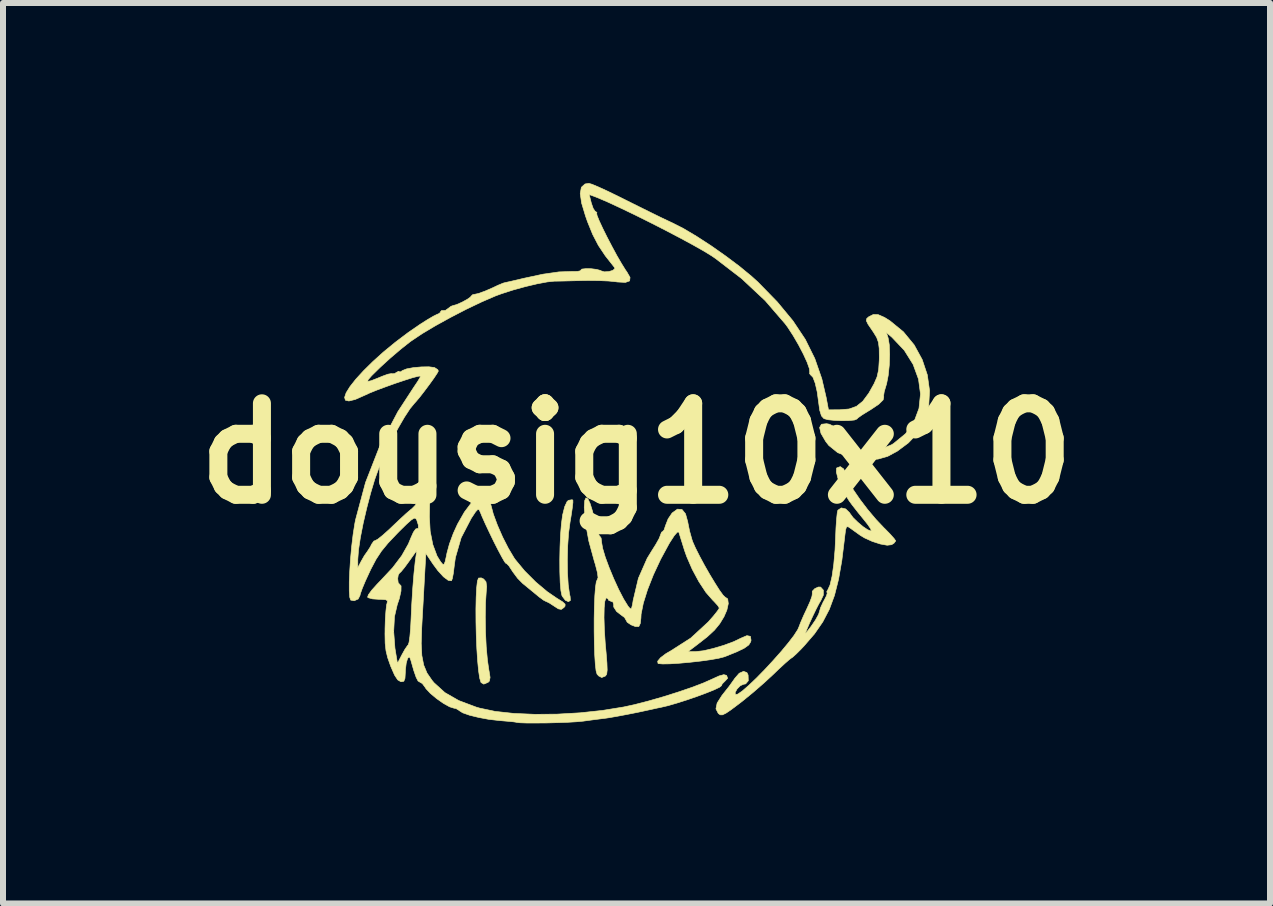
<source format=kicad_pcb>
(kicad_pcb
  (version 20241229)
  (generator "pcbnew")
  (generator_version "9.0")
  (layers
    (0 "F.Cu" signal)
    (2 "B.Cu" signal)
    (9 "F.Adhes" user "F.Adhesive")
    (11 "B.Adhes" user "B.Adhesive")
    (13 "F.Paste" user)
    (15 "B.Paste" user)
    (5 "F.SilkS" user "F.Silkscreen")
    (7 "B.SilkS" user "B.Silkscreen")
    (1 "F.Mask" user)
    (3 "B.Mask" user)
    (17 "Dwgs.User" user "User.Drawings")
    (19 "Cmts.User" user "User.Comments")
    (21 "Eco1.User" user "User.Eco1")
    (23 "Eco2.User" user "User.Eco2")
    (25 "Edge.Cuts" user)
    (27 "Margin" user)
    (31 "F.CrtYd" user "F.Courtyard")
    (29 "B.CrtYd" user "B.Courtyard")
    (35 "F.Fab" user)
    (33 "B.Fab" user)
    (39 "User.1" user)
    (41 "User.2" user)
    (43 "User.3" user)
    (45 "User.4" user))
  (footprint "dousig10x10"
    (layer "F.Cu")
    (at 7.555 4.504)
    (property "Reference" "dousig10x10" (at 0 0 0) (layer "F.SilkS") (effects (font (size 1.524 1.524) (thickness 0.3))))
    (attr through_hole)
    (fp_poly (pts (xy -2.547 2.093) (xy -2.508 2.139) (xy -2.497 2.22) (xy -2.503 2.291) (xy -2.516 2.489) (xy -2.52 2.725) (xy -2.516 2.978) (xy -2.504 3.226) (xy -2.484 3.446) (xy -2.459 3.617) (xy -2.457 3.624) (xy -2.44 3.732) (xy -2.451 3.792) (xy -2.473 3.814) (xy -2.545 3.844) (xy -2.59 3.818) (xy -2.592 3.814) (xy -2.613 3.745) (xy -2.632 3.619) (xy -2.648 3.449) (xy -2.661 3.249) (xy -2.67 3.031) (xy -2.675 2.808) (xy -2.676 2.594) (xy -2.672 2.4) (xy -2.664 2.241) (xy -2.651 2.128) (xy -2.633 2.077) (xy -2.587 2.074) (xy -2.547 2.093)) (stroke (width 0.01) (type solid)) (fill yes) (layer "F.SilkS"))
    (fp_poly (pts (xy -1.061 0.777) (xy -1.06 0.818) (xy -1.071 0.913) (xy -1.091 1.047) (xy -1.107 1.142) (xy -1.132 1.326) (xy -1.147 1.542) (xy -1.153 1.77) (xy -1.15 1.992) (xy -1.138 2.189) (xy -1.117 2.34) (xy -1.106 2.386) (xy -1.102 2.45) (xy -1.135 2.47) (xy -1.186 2.447) (xy -1.235 2.383) (xy -1.243 2.368) (xy -1.26 2.287) (xy -1.272 2.15) (xy -1.278 1.972) (xy -1.279 1.77) (xy -1.275 1.559) (xy -1.266 1.354) (xy -1.251 1.172) (xy -1.232 1.029) (xy -1.232 1.028) (xy -1.197 0.888) (xy -1.157 0.802) (xy -1.134 0.782) (xy -1.077 0.772) (xy -1.061 0.777)) (stroke (width 0.01) (type solid)) (fill yes) (layer "F.SilkS"))
    (fp_poly (pts (xy 3.451 0.259) (xy 3.492 0.35) (xy 3.498 0.375) (xy 3.535 0.472) (xy 3.613 0.607) (xy 3.721 0.765) (xy 3.849 0.933) (xy 3.987 1.097) (xy 4.125 1.243) (xy 4.133 1.25) (xy 4.224 1.343) (xy 4.29 1.417) (xy 4.318 1.457) (xy 4.318 1.458) (xy 4.29 1.495) (xy 4.25 1.521) (xy 4.176 1.53) (xy 4.06 1.509) (xy 3.927 1.466) (xy 3.799 1.408) (xy 3.725 1.363) (xy 3.63 1.295) (xy 3.568 1.25) (xy 3.524 1.221) (xy 3.498 1.225) (xy 3.483 1.275) (xy 3.469 1.382) (xy 3.467 1.404) (xy 3.421 1.781) (xy 3.366 2.097) (xy 3.298 2.366) (xy 3.212 2.598) (xy 3.103 2.807) (xy 2.966 3.005) (xy 2.796 3.202) (xy 2.745 3.257) (xy 2.663 3.339) (xy 2.601 3.395) (xy 2.577 3.411) (xy 2.545 3.435) (xy 2.472 3.499) (xy 2.371 3.592) (xy 2.283 3.677) (xy 2.125 3.823) (xy 1.942 3.982) (xy 1.767 4.125) (xy 1.714 4.166) (xy 1.58 4.267) (xy 1.49 4.328) (xy 1.432 4.356) (xy 1.394 4.355) (xy 1.363 4.333) (xy 1.362 4.332) (xy 1.323 4.256) (xy 1.343 4.159) (xy 1.423 4.033) (xy 1.456 3.991) (xy 1.543 3.881) (xy 1.623 3.769) (xy 1.638 3.747) (xy 1.711 3.663) (xy 1.783 3.631) (xy 1.839 3.652) (xy 1.859 3.692) (xy 1.862 3.788) (xy 1.818 3.84) (xy 1.784 3.846) (xy 1.729 3.87) (xy 1.675 3.925) (xy 1.643 3.984) (xy 1.647 4.018) (xy 1.688 4.01) (xy 1.765 3.956) (xy 1.872 3.863) (xy 1.998 3.743) (xy 2.135 3.603) (xy 2.275 3.452) (xy 2.409 3.301) (xy 2.527 3.159) (xy 2.623 3.034) (xy 2.686 2.936) (xy 2.705 2.893) (xy 2.733 2.82) (xy 2.782 2.706) (xy 2.839 2.585) (xy 2.891 2.469) (xy 2.923 2.38) (xy 2.929 2.336) (xy 2.928 2.335) (xy 2.928 2.297) (xy 2.97 2.253) (xy 3.029 2.226) (xy 3.067 2.227) (xy 3.113 2.278) (xy 3.112 2.362) (xy 3.071 2.45) (xy 3.037 2.508) (xy 2.99 2.599) (xy 2.938 2.707) (xy 2.887 2.817) (xy 2.846 2.912) (xy 2.82 2.977) (xy 2.818 2.997) (xy 2.821 2.994) (xy 2.908 2.883) (xy 2.983 2.773) (xy 3.033 2.682) (xy 3.048 2.635) (xy 3.066 2.571) (xy 3.109 2.478) (xy 3.124 2.451) (xy 3.165 2.372) (xy 3.178 2.327) (xy 3.174 2.322) (xy 3.17 2.3) (xy 3.185 2.277) (xy 3.224 2.192) (xy 3.258 2.046) (xy 3.286 1.848) (xy 3.307 1.609) (xy 3.316 1.41) (xy 3.323 1.24) (xy 3.333 1.095) (xy 3.344 0.992) (xy 3.354 0.947) (xy 3.412 0.908) (xy 3.485 0.925) (xy 3.551 0.99) (xy 3.559 1.004) (xy 3.608 1.07) (xy 3.686 1.146) (xy 3.772 1.219) (xy 3.851 1.272) (xy 3.903 1.292) (xy 3.912 1.289) (xy 3.9 1.255) (xy 3.851 1.183) (xy 3.788 1.104) (xy 3.688 0.981) (xy 3.589 0.854) (xy 3.543 0.791) (xy 3.469 0.672) (xy 3.404 0.541) (xy 3.355 0.414) (xy 3.329 0.31) (xy 3.332 0.247) (xy 3.336 0.242) (xy 3.395 0.22) (xy 3.451 0.259)) (stroke (width 0.01) (type solid)) (fill yes) (layer "F.SilkS"))
    (fp_poly (pts (xy -0.81 0.758) (xy -0.773 0.836) (xy -0.732 0.968) (xy -0.708 1.072) (xy -0.676 1.21) (xy -0.645 1.316) (xy -0.62 1.373) (xy -0.612 1.379) (xy -0.59 1.41) (xy -0.581 1.486) (xy -0.581 1.487) (xy -0.564 1.584) (xy -0.521 1.728) (xy -0.457 1.901) (xy -0.38 2.087) (xy -0.297 2.268) (xy -0.215 2.426) (xy -0.141 2.546) (xy -0.134 2.555) (xy -0.103 2.59) (xy -0.083 2.581) (xy -0.067 2.517) (xy -0.056 2.448) (xy 0.031 2.081) (xy 0.177 1.749) (xy 0.249 1.631) (xy 0.322 1.515) (xy 0.376 1.419) (xy 0.399 1.36) (xy 0.399 1.357) (xy 0.418 1.311) (xy 0.431 1.306) (xy 0.459 1.275) (xy 0.484 1.199) (xy 0.485 1.197) (xy 0.526 1.092) (xy 0.593 0.993) (xy 0.681 0.929) (xy 0.757 0.934) (xy 0.816 1.006) (xy 0.854 1.143) (xy 0.855 1.152) (xy 0.884 1.295) (xy 0.924 1.437) (xy 0.935 1.47) (xy 0.981 1.574) (xy 1.049 1.709) (xy 1.13 1.86) (xy 1.218 2.014) (xy 1.305 2.158) (xy 1.381 2.278) (xy 1.441 2.361) (xy 1.475 2.394) (xy 1.476 2.394) (xy 1.519 2.424) (xy 1.529 2.502) (xy 1.505 2.611) (xy 1.457 2.721) (xy 1.385 2.839) (xy 1.298 2.945) (xy 1.179 3.055) (xy 1.014 3.184) (xy 0.858 3.302) (xy 0.987 3.302) (xy 1.113 3.288) (xy 1.277 3.25) (xy 1.455 3.197) (xy 1.62 3.136) (xy 1.738 3.079) (xy 1.839 3.036) (xy 1.897 3.048) (xy 1.908 3.112) (xy 1.902 3.139) (xy 1.87 3.191) (xy 1.795 3.245) (xy 1.669 3.306) (xy 1.483 3.381) (xy 1.458 3.39) (xy 1.369 3.413) (xy 1.234 3.437) (xy 1.068 3.46) (xy 0.89 3.48) (xy 0.713 3.496) (xy 0.556 3.506) (xy 0.435 3.508) (xy 0.365 3.502) (xy 0.358 3.499) (xy 0.352 3.462) (xy 0.4 3.404) (xy 0.49 3.336) (xy 0.573 3.288) (xy 0.903 3.077) (xy 1.194 2.809) (xy 1.283 2.708) (xy 1.348 2.626) (xy 1.378 2.58) (xy 1.379 2.576) (xy 1.354 2.535) (xy 1.293 2.468) (xy 1.268 2.443) (xy 1.156 2.315) (xy 1.039 2.137) (xy 0.928 1.931) (xy 0.836 1.719) (xy 0.799 1.615) (xy 0.758 1.483) (xy 0.724 1.374) (xy 0.704 1.311) (xy 0.703 1.309) (xy 0.679 1.312) (xy 0.628 1.371) (xy 0.559 1.477) (xy 0.541 1.507) (xy 0.402 1.763) (xy 0.281 2.022) (xy 0.183 2.271) (xy 0.113 2.495) (xy 0.076 2.679) (xy 0.073 2.744) (xy 0.063 2.832) (xy 0.039 2.883) (xy 0.037 2.884) (xy -0.018 2.885) (xy -0.092 2.856) (xy -0.155 2.813) (xy -0.175 2.777) (xy -0.2 2.733) (xy -0.239 2.705) (xy -0.331 2.635) (xy -0.38 2.559) (xy -0.381 2.513) (xy -0.395 2.473) (xy -0.418 2.467) (xy -0.466 2.446) (xy -0.472 2.429) (xy -0.494 2.407) (xy -0.508 2.413) (xy -0.528 2.462) (xy -0.539 2.573) (xy -0.542 2.735) (xy -0.536 2.937) (xy -0.521 3.168) (xy -0.507 3.318) (xy -0.493 3.494) (xy -0.489 3.609) (xy -0.497 3.677) (xy -0.517 3.708) (xy -0.517 3.708) (xy -0.58 3.734) (xy -0.63 3.708) (xy -0.658 3.677) (xy -0.674 3.622) (xy -0.687 3.51) (xy -0.697 3.353) (xy -0.703 3.166) (xy -0.706 2.961) (xy -0.706 2.752) (xy -0.702 2.552) (xy -0.695 2.374) (xy -0.684 2.232) (xy -0.67 2.138) (xy -0.656 2.107) (xy -0.641 2.07) (xy -0.651 1.988) (xy -0.686 1.851) (xy -0.704 1.793) (xy -0.795 1.46) (xy -0.851 1.156) (xy -0.871 0.898) (xy -0.871 0.897) (xy -0.863 0.785) (xy -0.842 0.74) (xy -0.81 0.758)) (stroke (width 0.01) (type solid)) (fill yes) (layer "F.SilkS"))
    (fp_poly (pts (xy -0.742 -4.484) (xy -0.637 -4.44) (xy -0.493 -4.374) (xy -0.319 -4.29) (xy -0.175 -4.218) (xy 0.028 -4.117) (xy 0.226 -4.019) (xy 0.403 -3.932) (xy 0.542 -3.866) (xy 0.6 -3.839) (xy 0.783 -3.746) (xy 1.003 -3.615) (xy 1.243 -3.459) (xy 1.486 -3.288) (xy 1.717 -3.115) (xy 1.917 -2.95) (xy 2.022 -2.855) (xy 2.344 -2.525) (xy 2.605 -2.21) (xy 2.812 -1.899) (xy 2.97 -1.58) (xy 3.087 -1.243) (xy 3.159 -0.934) (xy 3.198 -0.726) (xy 3.386 -0.727) (xy 3.541 -0.74) (xy 3.664 -0.784) (xy 3.769 -0.868) (xy 3.87 -1.004) (xy 3.958 -1.161) (xy 4.007 -1.274) (xy 4.034 -1.395) (xy 4.044 -1.551) (xy 4.045 -1.603) (xy 4.043 -1.75) (xy 4.03 -1.851) (xy 4.001 -1.932) (xy 3.947 -2.02) (xy 3.924 -2.054) (xy 3.857 -2.152) (xy 3.829 -2.21) (xy 3.835 -2.246) (xy 3.867 -2.275) (xy 3.944 -2.314) (xy 4.026 -2.312) (xy 4.131 -2.266) (xy 4.221 -2.21) (xy 4.446 -2.026) (xy 4.626 -1.807) (xy 4.759 -1.564) (xy 4.845 -1.307) (xy 4.882 -1.045) (xy 4.868 -0.789) (xy 4.802 -0.549) (xy 4.682 -0.335) (xy 4.529 -0.175) (xy 4.344 -0.037) (xy 4.182 0.05) (xy 4.022 0.095) (xy 3.844 0.103) (xy 3.794 0.1) (xy 3.545 0.063) (xy 3.351 -0.013) (xy 3.203 -0.133) (xy 3.151 -0.2) (xy 3.073 -0.334) (xy 3.05 -0.431) (xy 3.081 -0.486) (xy 3.166 -0.495) (xy 3.211 -0.487) (xy 3.278 -0.455) (xy 3.284 -0.401) (xy 3.284 -0.399) (xy 3.295 -0.33) (xy 3.351 -0.242) (xy 3.437 -0.152) (xy 3.536 -0.082) (xy 3.545 -0.077) (xy 3.695 -0.034) (xy 3.878 -0.033) (xy 4.071 -0.071) (xy 4.249 -0.144) (xy 4.282 -0.164) (xy 4.482 -0.328) (xy 4.623 -0.526) (xy 4.706 -0.75) (xy 4.731 -0.99) (xy 4.698 -1.237) (xy 4.608 -1.483) (xy 4.461 -1.718) (xy 4.256 -1.934) (xy 4.248 -1.941) (xy 4.163 -2.014) (xy 4.192 -1.923) (xy 4.211 -1.809) (xy 4.217 -1.649) (xy 4.211 -1.47) (xy 4.193 -1.298) (xy 4.166 -1.159) (xy 4.157 -1.13) (xy 4.127 -1.03) (xy 4.116 -0.958) (xy 4.119 -0.942) (xy 4.109 -0.892) (xy 4.035 -0.819) (xy 3.898 -0.727) (xy 3.853 -0.7) (xy 3.756 -0.64) (xy 3.689 -0.592) (xy 3.671 -0.573) (xy 3.63 -0.556) (xy 3.539 -0.547) (xy 3.421 -0.545) (xy 3.297 -0.55) (xy 3.191 -0.561) (xy 3.124 -0.579) (xy 3.123 -0.579) (xy 3.081 -0.625) (xy 3.052 -0.719) (xy 3.034 -0.848) (xy 3.01 -1.025) (xy 2.977 -1.169) (xy 2.94 -1.267) (xy 2.903 -1.306) (xy 2.9 -1.306) (xy 2.882 -1.332) (xy 2.886 -1.352) (xy 2.88 -1.412) (xy 2.842 -1.519) (xy 2.779 -1.656) (xy 2.699 -1.809) (xy 2.61 -1.962) (xy 2.519 -2.102) (xy 2.477 -2.159) (xy 2.143 -2.546) (xy 1.752 -2.912) (xy 1.319 -3.245) (xy 1.252 -3.291) (xy 1.125 -3.369) (xy 0.945 -3.471) (xy 0.727 -3.589) (xy 0.483 -3.717) (xy 0.228 -3.847) (xy -0.025 -3.973) (xy -0.263 -4.087) (xy -0.471 -4.184) (xy -0.636 -4.255) (xy -0.694 -4.278) (xy -0.789 -4.313) (xy -0.753 -4.17) (xy -0.722 -4.081) (xy -0.688 -4.031) (xy -0.679 -4.028) (xy -0.659 -4.012) (xy -0.665 -4.004) (xy -0.658 -3.965) (xy -0.622 -3.876) (xy -0.564 -3.751) (xy -0.491 -3.604) (xy -0.409 -3.447) (xy -0.327 -3.295) (xy -0.249 -3.161) (xy -0.185 -3.058) (xy -0.161 -3.024) (xy -0.108 -2.932) (xy -0.115 -2.874) (xy -0.185 -2.849) (xy -0.32 -2.856) (xy -0.347 -2.86) (xy -0.464 -2.872) (xy -0.626 -2.879) (xy -0.806 -2.881) (xy -0.889 -2.88) (xy -1.058 -2.876) (xy -1.211 -2.872) (xy -1.326 -2.87) (xy -1.365 -2.87) (xy -1.488 -2.857) (xy -1.659 -2.825) (xy -1.856 -2.778) (xy -2.059 -2.722) (xy -2.248 -2.661) (xy -2.347 -2.625) (xy -2.578 -2.525) (xy -2.834 -2.403) (xy -3.097 -2.267) (xy -3.349 -2.128) (xy -3.572 -1.995) (xy -3.748 -1.877) (xy -3.771 -1.861) (xy -3.93 -1.735) (xy -4.106 -1.585) (xy -4.267 -1.438) (xy -4.298 -1.408) (xy -4.414 -1.294) (xy -4.474 -1.225) (xy -4.477 -1.199) (xy -4.421 -1.211) (xy -4.304 -1.257) (xy -4.232 -1.287) (xy -4.142 -1.32) (xy -4.082 -1.33) (xy -4.072 -1.327) (xy -4.032 -1.329) (xy -4.004 -1.347) (xy -3.963 -1.369) (xy -3.955 -1.361) (xy -3.933 -1.358) (xy -3.899 -1.381) (xy -3.831 -1.408) (xy -3.718 -1.429) (xy -3.585 -1.441) (xy -3.46 -1.443) (xy -3.368 -1.431) (xy -3.365 -1.43) (xy -3.312 -1.396) (xy -3.302 -1.372) (xy -3.323 -1.333) (xy -3.376 -1.253) (xy -3.451 -1.149) (xy -3.534 -1.038) (xy -3.613 -0.936) (xy -3.677 -0.86) (xy -3.7 -0.835) (xy -3.774 -0.745) (xy -3.867 -0.603) (xy -3.972 -0.422) (xy -4.081 -0.216) (xy -4.186 0.000478) (xy -4.28 0.213) (xy -4.294 0.247) (xy -4.362 0.434) (xy -4.43 0.661) (xy -4.495 0.91) (xy -4.554 1.163) (xy -4.601 1.402) (xy -4.632 1.609) (xy -4.644 1.766) (xy -4.644 1.773) (xy -4.644 1.905) (xy -4.587 1.796) (xy -4.534 1.703) (xy -4.484 1.633) (xy -4.432 1.552) (xy -4.415 1.515) (xy -4.377 1.461) (xy -4.351 1.451) (xy -4.309 1.428) (xy -4.229 1.364) (xy -4.125 1.271) (xy -4.063 1.212) (xy -3.946 1.101) (xy -3.841 1.004) (xy -3.763 0.937) (xy -3.741 0.92) (xy -3.683 0.861) (xy -3.665 0.816) (xy -3.634 0.778) (xy -3.555 0.773) (xy -3.446 0.78) (xy -3.451 1.057) (xy -3.438 1.296) (xy -3.394 1.52) (xy -3.324 1.708) (xy -3.265 1.804) (xy -3.231 1.845) (xy -3.208 1.849) (xy -3.189 1.805) (xy -3.167 1.705) (xy -3.158 1.659) (xy -3.117 1.508) (xy -3.053 1.334) (xy -2.983 1.18) (xy -2.868 0.978) (xy -2.756 0.829) (xy -2.652 0.734) (xy -2.562 0.697) (xy -2.489 0.719) (xy -2.439 0.805) (xy -2.425 0.864) (xy -2.386 1.011) (xy -2.318 1.195) (xy -2.231 1.394) (xy -2.135 1.582) (xy -2.042 1.738) (xy -2.019 1.771) (xy -1.864 1.958) (xy -1.679 2.143) (xy -1.486 2.305) (xy -1.331 2.411) (xy -1.233 2.472) (xy -1.19 2.512) (xy -1.191 2.545) (xy -1.21 2.568) (xy -1.253 2.599) (xy -1.302 2.59) (xy -1.372 2.545) (xy -1.45 2.494) (xy -1.502 2.468) (xy -1.507 2.467) (xy -1.548 2.446) (xy -1.622 2.392) (xy -1.664 2.357) (xy -1.77 2.27) (xy -1.872 2.186) (xy -1.896 2.167) (xy -1.981 2.081) (xy -2.062 1.972) (xy -2.075 1.952) (xy -2.127 1.873) (xy -2.167 1.833) (xy -2.176 1.832) (xy -2.198 1.806) (xy -2.243 1.728) (xy -2.305 1.612) (xy -2.376 1.473) (xy -2.449 1.322) (xy -2.518 1.176) (xy -2.575 1.048) (xy -2.601 0.984) (xy -2.622 0.939) (xy -2.644 0.933) (xy -2.681 0.972) (xy -2.742 1.064) (xy -2.754 1.082) (xy -2.922 1.405) (xy -3.018 1.737) (xy -3.037 1.875) (xy -3.052 1.997) (xy -3.069 2.087) (xy -3.084 2.122) (xy -3.137 2.115) (xy -3.216 2.056) (xy -3.309 1.954) (xy -3.389 1.846) (xy -3.51 1.666) (xy -3.533 2.076) (xy -3.545 2.297) (xy -3.559 2.551) (xy -3.573 2.797) (xy -3.579 2.911) (xy -3.587 3.167) (xy -3.577 3.367) (xy -3.546 3.526) (xy -3.491 3.659) (xy -3.407 3.781) (xy -3.374 3.821) (xy -3.193 3.985) (xy -2.961 4.118) (xy -2.671 4.227) (xy -2.612 4.244) (xy -2.356 4.298) (xy -2.046 4.332) (xy -1.696 4.347) (xy -1.323 4.344) (xy -0.941 4.322) (xy -0.567 4.282) (xy -0.215 4.225) (xy -0.036 4.186) (xy 0.197 4.126) (xy 0.447 4.054) (xy 0.694 3.976) (xy 0.923 3.898) (xy 1.114 3.825) (xy 1.247 3.766) (xy 1.374 3.708) (xy 1.454 3.686) (xy 1.499 3.698) (xy 1.501 3.701) (xy 1.518 3.746) (xy 1.479 3.789) (xy 1.427 3.841) (xy 1.415 3.87) (xy 1.383 3.896) (xy 1.295 3.938) (xy 1.166 3.99) (xy 1.01 4.048) (xy 0.842 4.106) (xy 0.675 4.159) (xy 0.524 4.203) (xy 0.404 4.231) (xy 0.34 4.244) (xy 0.237 4.267) (xy 0.186 4.278) (xy 0.029 4.312) (xy -0.147 4.347) (xy -0.317 4.379) (xy -0.455 4.403) (xy -0.508 4.411) (xy -0.587 4.421) (xy -0.713 4.437) (xy -0.861 4.457) (xy -0.889 4.461) (xy -0.998 4.471) (xy -1.147 4.48) (xy -1.32 4.486) (xy -1.501 4.491) (xy -1.675 4.492) (xy -1.827 4.492) (xy -1.941 4.488) (xy -2.001 4.481) (xy -2.006 4.479) (xy -2.043 4.473) (xy -2.134 4.464) (xy -2.261 4.453) (xy -2.286 4.451) (xy -2.46 4.431) (xy -2.631 4.399) (xy -2.782 4.362) (xy -2.896 4.322) (xy -2.956 4.284) (xy -2.958 4.281) (xy -3.009 4.25) (xy -3.041 4.245) (xy -3.114 4.222) (xy -3.218 4.164) (xy -3.332 4.084) (xy -3.435 3.998) (xy -3.507 3.921) (xy -3.52 3.9) (xy -3.569 3.834) (xy -3.611 3.81) (xy -3.64 3.792) (xy -3.672 3.73) (xy -3.712 3.615) (xy -3.759 3.45) (xy -3.78 3.393) (xy -3.802 3.4) (xy -3.816 3.422) (xy -3.837 3.494) (xy -3.85 3.603) (xy -3.852 3.648) (xy -3.858 3.749) (xy -3.877 3.796) (xy -3.916 3.804) (xy -3.928 3.803) (xy -3.979 3.773) (xy -4.031 3.694) (xy -4.092 3.555) (xy -4.099 3.537) (xy -4.146 3.404) (xy -4.174 3.288) (xy -4.188 3.163) (xy -4.191 3.002) (xy -4.19 2.968) (xy -4.046 2.968) (xy -4.025 3.245) (xy -4.01 3.337) (xy -3.983 3.498) (xy -3.909 3.355) (xy -3.858 3.263) (xy -3.815 3.201) (xy -3.805 3.191) (xy -3.79 3.148) (xy -3.776 3.049) (xy -3.764 2.91) (xy -3.758 2.792) (xy -3.745 2.512) (xy -3.728 2.241) (xy -3.708 1.997) (xy -3.687 1.8) (xy -3.679 1.742) (xy -3.66 1.615) (xy -3.795 1.805) (xy -3.867 1.903) (xy -3.924 1.972) (xy -3.951 1.996) (xy -3.97 2.027) (xy -3.979 2.086) (xy -3.971 2.155) (xy -3.951 2.177) (xy -3.923 2.208) (xy -3.924 2.293) (xy -3.952 2.418) (xy -3.987 2.522) (xy -4.033 2.721) (xy -4.046 2.968) (xy -4.19 2.968) (xy -4.19 2.92) (xy -4.185 2.759) (xy -4.175 2.621) (xy -4.164 2.524) (xy -4.156 2.495) (xy -4.149 2.456) (xy -4.18 2.437) (xy -4.266 2.431) (xy -4.294 2.431) (xy -4.398 2.424) (xy -4.468 2.405) (xy -4.481 2.395) (xy -4.467 2.355) (xy -4.411 2.278) (xy -4.322 2.179) (xy -4.268 2.123) (xy -4.063 1.904) (xy -3.911 1.703) (xy -3.801 1.508) (xy -3.759 1.406) (xy -3.717 1.312) (xy -3.679 1.259) (xy -3.662 1.254) (xy -3.635 1.248) (xy -3.636 1.191) (xy -3.663 1.107) (xy -3.68 1.081) (xy -3.709 1.08) (xy -3.757 1.112) (xy -3.835 1.182) (xy -3.952 1.297) (xy -3.99 1.336) (xy -4.139 1.493) (xy -4.25 1.628) (xy -4.34 1.765) (xy -4.426 1.928) (xy -4.448 1.975) (xy -4.516 2.122) (xy -4.569 2.248) (xy -4.601 2.337) (xy -4.608 2.368) (xy -4.638 2.426) (xy -4.704 2.455) (xy -4.762 2.444) (xy -4.778 2.397) (xy -4.786 2.292) (xy -4.786 2.141) (xy -4.778 1.958) (xy -4.765 1.757) (xy -4.746 1.55) (xy -4.722 1.35) (xy -4.694 1.172) (xy -4.682 1.109) (xy -4.515 0.485) (xy -4.28 -0.117) (xy -3.977 -0.694) (xy -3.712 -1.101) (xy -3.648 -1.196) (xy -3.607 -1.265) (xy -3.599 -1.289) (xy -3.639 -1.285) (xy -3.732 -1.261) (xy -3.861 -1.22) (xy -4.014 -1.169) (xy -4.173 -1.112) (xy -4.324 -1.056) (xy -4.452 -1.004) (xy -4.53 -0.968) (xy -4.686 -0.899) (xy -4.792 -0.873) (xy -4.85 -0.886) (xy -4.864 -0.933) (xy -4.838 -1.01) (xy -4.774 -1.113) (xy -4.677 -1.236) (xy -4.549 -1.376) (xy -4.395 -1.528) (xy -4.218 -1.688) (xy -4.021 -1.85) (xy -3.808 -2.011) (xy -3.605 -2.151) (xy -3.482 -2.229) (xy -3.381 -2.288) (xy -3.316 -2.32) (xy -3.305 -2.322) (xy -3.267 -2.349) (xy -3.266 -2.361) (xy -3.244 -2.383) (xy -3.232 -2.379) (xy -3.183 -2.383) (xy -3.151 -2.406) (xy -3.092 -2.45) (xy -3.066 -2.46) (xy -2.996 -2.48) (xy -2.906 -2.52) (xy -2.822 -2.566) (xy -2.766 -2.605) (xy -2.758 -2.618) (xy -2.728 -2.646) (xy -2.705 -2.649) (xy -2.635 -2.664) (xy -2.524 -2.704) (xy -2.395 -2.76) (xy -2.309 -2.801) (xy -2.222 -2.837) (xy -2.18 -2.848) (xy -2.114 -2.862) (xy -2.002 -2.888) (xy -1.884 -2.916) (xy -1.559 -2.986) (xy -1.293 -3.024) (xy -1.081 -3.031) (xy -0.985 -3.032) (xy -0.933 -3.043) (xy -0.929 -3.053) (xy -0.911 -3.071) (xy -0.845 -3.078) (xy -0.756 -3.077) (xy -0.668 -3.066) (xy -0.604 -3.049) (xy -0.595 -3.043) (xy -0.538 -3.025) (xy -0.463 -3.029) (xy -0.396 -3.049) (xy -0.361 -3.078) (xy -0.366 -3.097) (xy -0.52 -3.292) (xy -0.636 -3.466) (xy -0.73 -3.647) (xy -0.817 -3.861) (xy -0.85 -3.955) (xy -0.915 -4.171) (xy -0.938 -4.329) (xy -0.919 -4.434) (xy -0.858 -4.489) (xy -0.794 -4.499) (xy -0.742 -4.484)) (stroke (width 0.01) (type solid)) (fill yes) (layer "F.SilkS")))
  (gr_rect
    (start -3 -3)
    (end 18.109 12.002)
    (stroke (width 0.1) (type default))
    (fill no)
    (layer "Edge.Cuts")))
</source>
